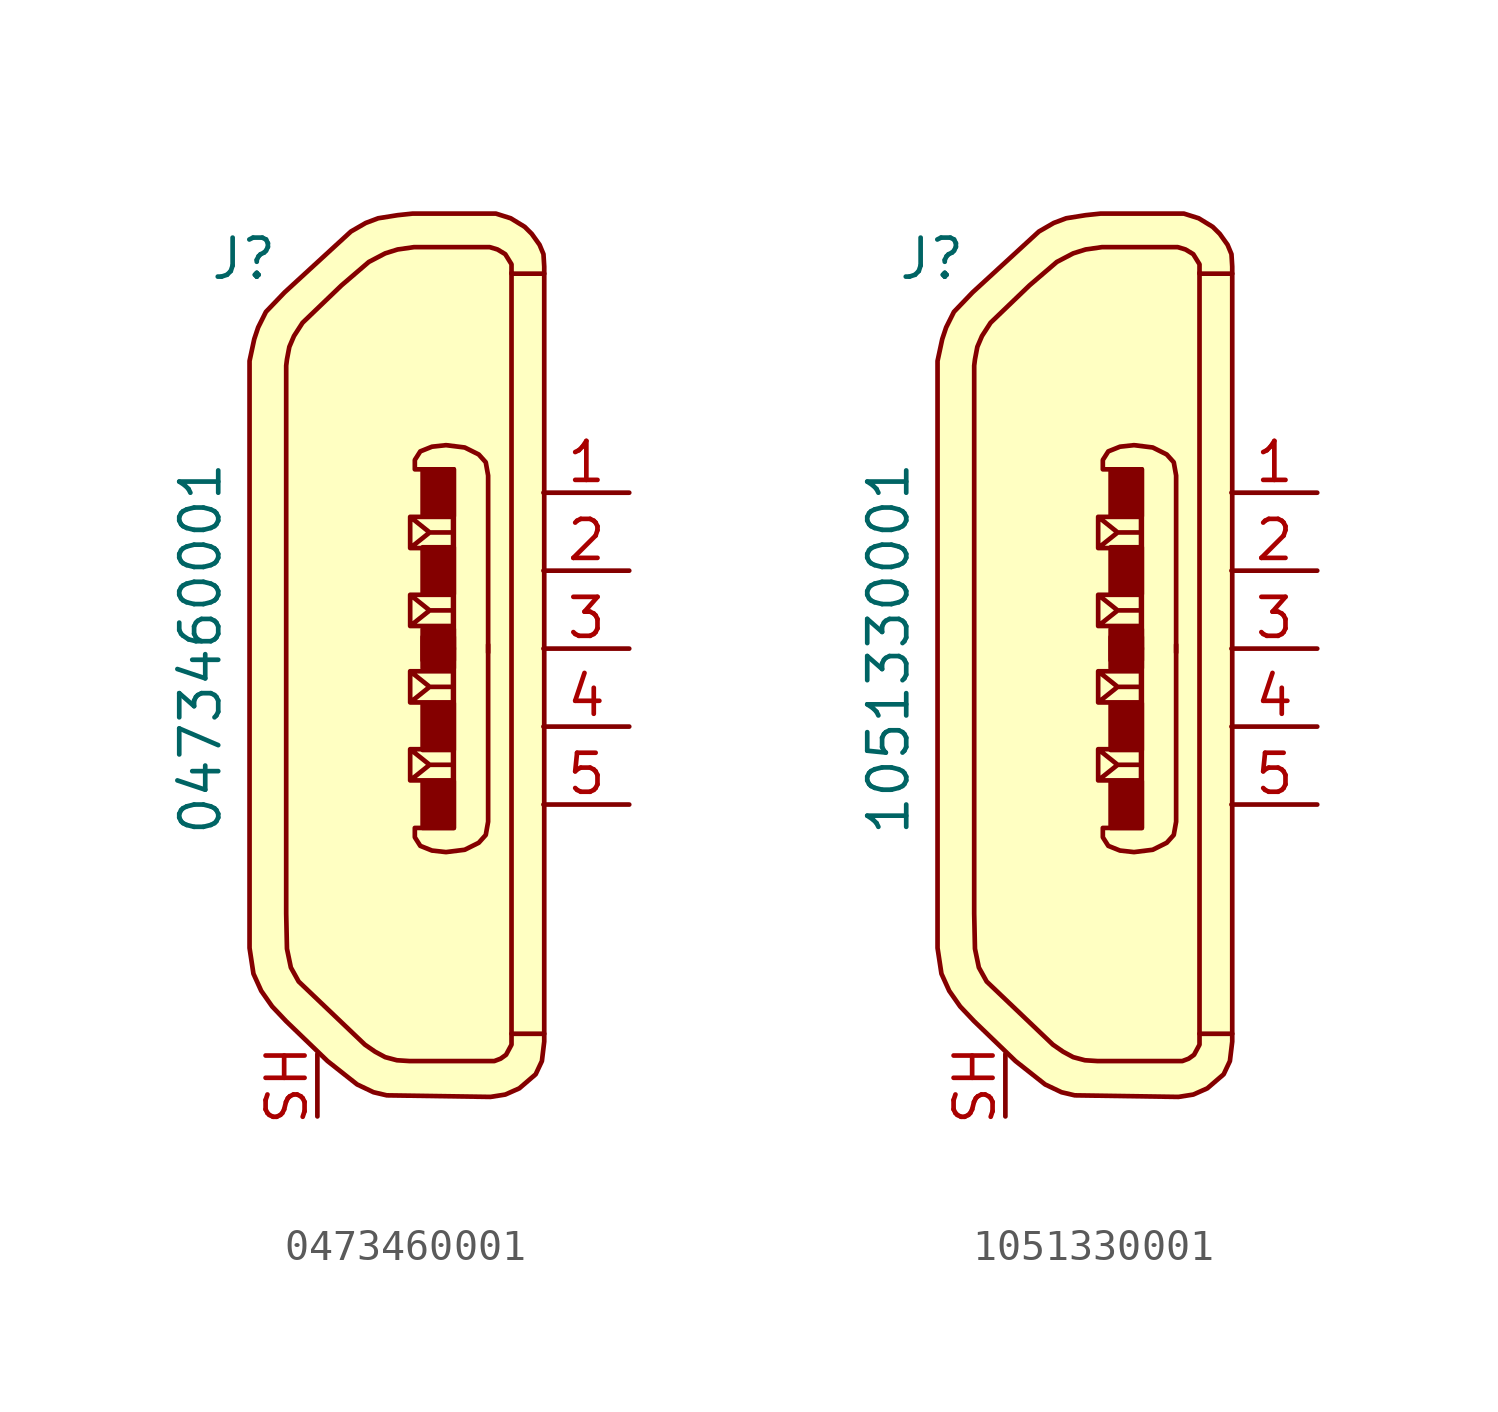
<source format=kicad_sym>
(kicad_symbol_lib
  (version 20220914)
  (generator kicad_symbol_editor)
  (symbol "0473460001"
    (pin_names
      (offset 1.016))
    (property "Reference" "J"
      (at -3.81 12.7 0)
      (effects (font (size 1.27 1.27)) (justify right)))
    (property "Value" "0473460001"
      (at -6.35 0 90)
      (effects (font (size 1.27 1.27))))
    (symbol "0473460001_1_1"
      (polyline (pts (xy 3.785 12.243) (xy 3.785 -12.548)) (stroke (width 0) (type default)) (fill (type none)))
      (polyline (pts (xy 0.483 -4.293) (xy 0.483 -3.277) (xy 1.88 -3.277) (xy 1.88 -4.293) (xy 0.483 -4.293) (xy 1.118 -3.785) (xy 0.483 -3.277) (xy 1.88 -3.277) (xy 1.88 -3.785) (xy 1.118 -3.785)) (stroke (width 0) (type default)) (fill (type none)))
      (polyline (pts (xy 0.483 -1.753) (xy 0.483 -0.737) (xy 1.88 -0.737) (xy 1.88 -1.753) (xy 0.483 -1.753) (xy 1.118 -1.245) (xy 0.483 -0.737) (xy 1.88 -0.737) (xy 1.88 -1.245) (xy 1.118 -1.245)) (stroke (width 0) (type default)) (fill (type none)))
      (polyline (pts (xy 0.483 1.753) (xy 0.483 0.737) (xy 1.88 0.737) (xy 1.88 1.753) (xy 0.483 1.753) (xy 1.118 1.245) (xy 0.483 0.737) (xy 1.88 0.737) (xy 1.88 1.245) (xy 1.118 1.245)) (stroke (width 0) (type default)) (fill (type none)))
      (polyline (pts (xy 0.483 4.293) (xy 0.483 3.277) (xy 1.88 3.277) (xy 1.88 4.293) (xy 0.483 4.293) (xy 1.118 3.785) (xy 0.483 3.277) (xy 1.88 3.277) (xy 1.88 3.785) (xy 1.118 3.785)) (stroke (width 0) (type default)) (fill (type none)))
      (polyline (pts (xy 1.905 -0.025) (xy 1.905 5.842) (xy 0.635 5.842) (xy 0.635 6.147) (xy 0.813 6.426) (xy 1.194 6.579) (xy 1.651 6.629) (xy 2.261 6.553) (xy 2.718 6.325) (xy 2.946 6.071) (xy 3.023 5.639) (xy 3.023 4.801) (xy 3.023 -0.127)) (stroke (width 0) (type default)) (fill (type none)))
      (polyline (pts (xy 1.905 0.025) (xy 1.905 -5.842) (xy 0.635 -5.842) (xy 0.635 -6.147) (xy 0.813 -6.426) (xy 1.194 -6.579) (xy 1.651 -6.629) (xy 2.261 -6.553) (xy 2.718 -6.325) (xy 2.946 -6.071) (xy 3.023 -5.639) (xy 3.023 -4.801) (xy 3.023 0.127)) (stroke (width 0) (type default)) (fill (type none)))
      (polyline (pts (xy 4.851 -12.548) (xy 3.835 -12.548) (xy 3.785 -12.548) (xy 3.785 -12.903) (xy 3.607 -13.233) (xy 3.429 -13.36) (xy 3.226 -13.437) (xy 0.457 -13.437) (xy 0.051 -13.411) (xy -0.33 -13.31) (xy -0.66 -13.132) (xy -0.991 -12.903) (xy -3.15 -10.846) (xy -3.404 -10.389) (xy -3.531 -9.779) (xy -3.556 -8.636) (xy -3.556 9.22) (xy -3.531 9.423) (xy -3.454 9.83) (xy -3.302 10.185) (xy -3.023 10.617) (xy -1.753 11.836) (xy -0.864 12.598) (xy -0.33 12.878) (xy 0.076 13.005) (xy 0.61 13.081) (xy 3.073 13.081) (xy 3.327 13.005) (xy 3.581 12.852) (xy 3.785 12.522) (xy 3.785 12.217) (xy 4.851 12.217)) (stroke (width 0) (type default)) (fill (type none)))
      (polyline (pts (xy 4.851 -11.481) (xy 4.851 -12.802) (xy 4.775 -13.437) (xy 4.572 -13.868) (xy 4.039 -14.326) (xy 3.581 -14.529) (xy 3.099 -14.605) (xy -0.279 -14.554) (xy -0.711 -14.453) (xy -1.245 -14.199) (xy -2.21 -13.437) (xy -3.556 -12.141) (xy -4.013 -11.659) (xy -4.369 -11.151) (xy -4.623 -10.592) (xy -4.75 -9.754) (xy -4.75 9.373) (xy -4.597 10.084) (xy -4.47 10.465) (xy -4.216 10.973) (xy -3.607 11.608) (xy -1.448 13.589) (xy -0.965 13.868) (xy -0.559 14.021) (xy 0.076 14.122) (xy 0.559 14.173) (xy 3.277 14.173) (xy 3.759 14.021) (xy 4.216 13.741) (xy 4.445 13.513) (xy 4.699 13.157) (xy 4.826 12.852) (xy 4.851 12.446) (xy 4.851 -11.506)) (stroke (width 0) (type default)) (fill (type background)))
      (rectangle (start 0.889 -4.318) (end 1.905 -5.842) (stroke (width 0) (type default)) (fill (type outline)))
      (rectangle (start 0.889 -3.302) (end 1.905 -1.778) (stroke (width 0) (type default)) (fill (type outline)))
      (rectangle (start 0.889 -0.635) (end 1.905 0.381) (stroke (width 0) (type default)) (fill (type outline)))
      (rectangle (start 0.889 0.635) (end 1.905 -0.381) (stroke (width 0) (type default)) (fill (type outline)))
      (rectangle (start 0.889 3.302) (end 1.905 1.778) (stroke (width 0) (type default)) (fill (type outline)))
      (rectangle (start 0.889 4.318) (end 1.905 5.842) (stroke (width 0) (type default)) (fill (type outline)))
      (pin passive line (at 7.62 5.08 180) (length 2.794) (name "~" (effects (font (size 1.27 1.27)))) (number "1" (effects (font (size 1.27 1.27)))))
      (pin passive line (at 7.62 2.54 180) (length 2.794) (name "~" (effects (font (size 1.27 1.27)))) (number "2" (effects (font (size 1.27 1.27)))))
      (pin passive line (at 7.62 0 180) (length 2.794) (name "~" (effects (font (size 1.27 1.27)))) (number "3" (effects (font (size 1.27 1.27)))))
      (pin passive line (at 7.62 -2.54 180) (length 2.794) (name "~" (effects (font (size 1.27 1.27)))) (number "4" (effects (font (size 1.27 1.27)))))
      (pin passive line (at 7.62 -5.08 180) (length 2.794) (name "~" (effects (font (size 1.27 1.27)))) (number "5" (effects (font (size 1.27 1.27)))))
      (pin passive line (at -2.54 -15.24 90) (length 2.032) (name "~" (effects (font (size 1.27 1.27)))) (number "SH" (effects (font (size 1.27 1.27)))))))
  (symbol "1051330001"
    (pin_names
      (offset 1.016))
    (property "Reference" "J"
      (at -3.81 12.7 0)
      (effects (font (size 1.27 1.27)) (justify right)))
    (property "Value" "1051330001"
      (at -6.35 0 90)
      (effects (font (size 1.27 1.27))))
    (symbol "1051330001_1_1"
      (polyline (pts (xy 3.785 12.243) (xy 3.785 -12.548)) (stroke (width 0) (type default)) (fill (type none)))
      (polyline (pts (xy 0.483 -4.293) (xy 0.483 -3.277) (xy 1.88 -3.277) (xy 1.88 -4.293) (xy 0.483 -4.293) (xy 1.118 -3.785) (xy 0.483 -3.277) (xy 1.88 -3.277) (xy 1.88 -3.785) (xy 1.118 -3.785)) (stroke (width 0) (type default)) (fill (type none)))
      (polyline (pts (xy 0.483 -1.753) (xy 0.483 -0.737) (xy 1.88 -0.737) (xy 1.88 -1.753) (xy 0.483 -1.753) (xy 1.118 -1.245) (xy 0.483 -0.737) (xy 1.88 -0.737) (xy 1.88 -1.245) (xy 1.118 -1.245)) (stroke (width 0) (type default)) (fill (type none)))
      (polyline (pts (xy 0.483 1.753) (xy 0.483 0.737) (xy 1.88 0.737) (xy 1.88 1.753) (xy 0.483 1.753) (xy 1.118 1.245) (xy 0.483 0.737) (xy 1.88 0.737) (xy 1.88 1.245) (xy 1.118 1.245)) (stroke (width 0) (type default)) (fill (type none)))
      (polyline (pts (xy 0.483 4.293) (xy 0.483 3.277) (xy 1.88 3.277) (xy 1.88 4.293) (xy 0.483 4.293) (xy 1.118 3.785) (xy 0.483 3.277) (xy 1.88 3.277) (xy 1.88 3.785) (xy 1.118 3.785)) (stroke (width 0) (type default)) (fill (type none)))
      (polyline (pts (xy 1.905 -0.025) (xy 1.905 5.842) (xy 0.635 5.842) (xy 0.635 6.147) (xy 0.813 6.426) (xy 1.194 6.579) (xy 1.651 6.629) (xy 2.261 6.553) (xy 2.718 6.325) (xy 2.946 6.071) (xy 3.023 5.639) (xy 3.023 4.801) (xy 3.023 -0.127)) (stroke (width 0) (type default)) (fill (type none)))
      (polyline (pts (xy 1.905 0.025) (xy 1.905 -5.842) (xy 0.635 -5.842) (xy 0.635 -6.147) (xy 0.813 -6.426) (xy 1.194 -6.579) (xy 1.651 -6.629) (xy 2.261 -6.553) (xy 2.718 -6.325) (xy 2.946 -6.071) (xy 3.023 -5.639) (xy 3.023 -4.801) (xy 3.023 0.127)) (stroke (width 0) (type default)) (fill (type none)))
      (polyline (pts (xy 4.851 -12.548) (xy 3.835 -12.548) (xy 3.785 -12.548) (xy 3.785 -12.903) (xy 3.607 -13.233) (xy 3.429 -13.36) (xy 3.226 -13.437) (xy 0.457 -13.437) (xy 0.051 -13.411) (xy -0.33 -13.31) (xy -0.66 -13.132) (xy -0.991 -12.903) (xy -3.15 -10.846) (xy -3.404 -10.389) (xy -3.531 -9.779) (xy -3.556 -8.636) (xy -3.556 9.22) (xy -3.531 9.423) (xy -3.454 9.83) (xy -3.302 10.185) (xy -3.023 10.617) (xy -1.753 11.836) (xy -0.864 12.598) (xy -0.33 12.878) (xy 0.076 13.005) (xy 0.61 13.081) (xy 3.073 13.081) (xy 3.327 13.005) (xy 3.581 12.852) (xy 3.785 12.522) (xy 3.785 12.217) (xy 4.851 12.217)) (stroke (width 0) (type default)) (fill (type none)))
      (polyline (pts (xy 4.851 -11.481) (xy 4.851 -12.802) (xy 4.775 -13.437) (xy 4.572 -13.868) (xy 4.039 -14.326) (xy 3.581 -14.529) (xy 3.099 -14.605) (xy -0.279 -14.554) (xy -0.711 -14.453) (xy -1.245 -14.199) (xy -2.21 -13.437) (xy -3.556 -12.141) (xy -4.013 -11.659) (xy -4.369 -11.151) (xy -4.623 -10.592) (xy -4.75 -9.754) (xy -4.75 9.373) (xy -4.597 10.084) (xy -4.47 10.465) (xy -4.216 10.973) (xy -3.607 11.608) (xy -1.448 13.589) (xy -0.965 13.868) (xy -0.559 14.021) (xy 0.076 14.122) (xy 0.559 14.173) (xy 3.277 14.173) (xy 3.759 14.021) (xy 4.216 13.741) (xy 4.445 13.513) (xy 4.699 13.157) (xy 4.826 12.852) (xy 4.851 12.446) (xy 4.851 -11.506)) (stroke (width 0) (type default)) (fill (type background)))
      (rectangle (start 0.889 -4.318) (end 1.905 -5.842) (stroke (width 0) (type default)) (fill (type outline)))
      (rectangle (start 0.889 -3.302) (end 1.905 -1.778) (stroke (width 0) (type default)) (fill (type outline)))
      (rectangle (start 0.889 -0.635) (end 1.905 0.381) (stroke (width 0) (type default)) (fill (type outline)))
      (rectangle (start 0.889 0.635) (end 1.905 -0.381) (stroke (width 0) (type default)) (fill (type outline)))
      (rectangle (start 0.889 3.302) (end 1.905 1.778) (stroke (width 0) (type default)) (fill (type outline)))
      (rectangle (start 0.889 4.318) (end 1.905 5.842) (stroke (width 0) (type default)) (fill (type outline)))
      (pin passive line (at 7.62 5.08 180) (length 2.794) (name "~" (effects (font (size 1.27 1.27)))) (number "1" (effects (font (size 1.27 1.27)))))
      (pin passive line (at 7.62 2.54 180) (length 2.794) (name "~" (effects (font (size 1.27 1.27)))) (number "2" (effects (font (size 1.27 1.27)))))
      (pin passive line (at 7.62 0 180) (length 2.794) (name "~" (effects (font (size 1.27 1.27)))) (number "3" (effects (font (size 1.27 1.27)))))
      (pin passive line (at 7.62 -2.54 180) (length 2.794) (name "~" (effects (font (size 1.27 1.27)))) (number "4" (effects (font (size 1.27 1.27)))))
      (pin passive line (at 7.62 -5.08 180) (length 2.794) (name "~" (effects (font (size 1.27 1.27)))) (number "5" (effects (font (size 1.27 1.27)))))
      (pin passive line (at -2.54 -15.24 90) (length 2.032) (name "~" (effects (font (size 1.27 1.27)))) (number "SH" (effects (font (size 1.27 1.27))))))))
</source>
